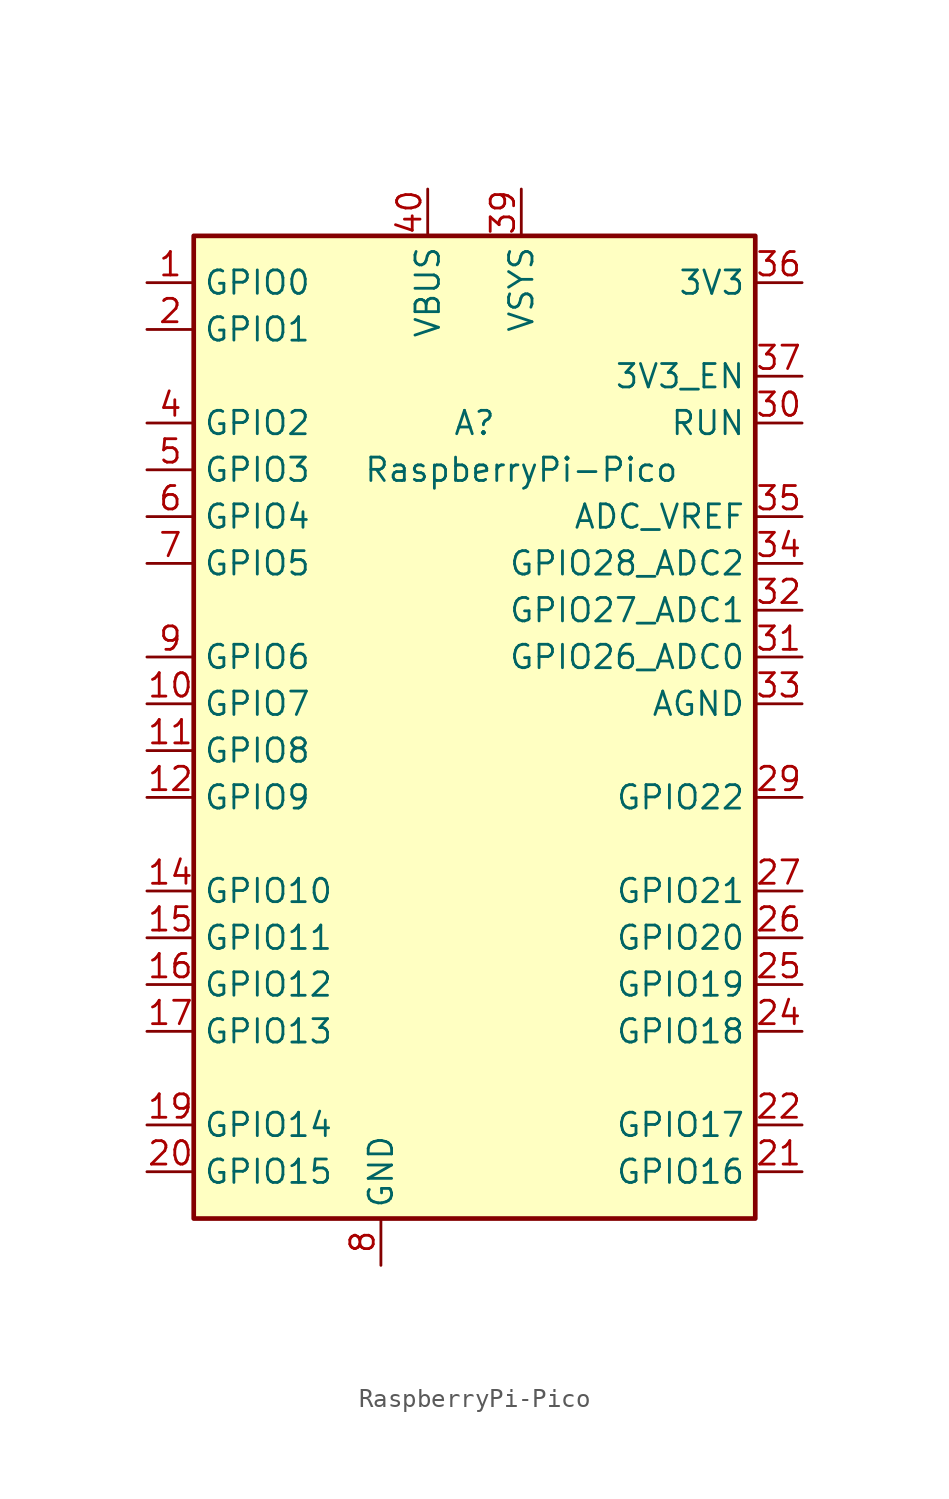
<source format=kicad_sym>
(kicad_symbol_lib
  (version 20211014)
  (generator kicad_symbol_editor)
  (symbol "RaspberryPi-Pico"
    (property "Reference" "A"
      (at 0 17.78 0)
      (effects (font (size 1.27 1.27))))
    (property "Value" "RaspberryPi-Pico"
      (at 2.54 15.24 0)
      (effects (font (size 1.27 1.27))))
    (symbol "RaspberryPi-Pico_0_1"
      (rectangle (start -15.24 27.94) (end 15.24 -25.4) (stroke (width 0.254) (type default) (color 0 0 0 0)) (fill (type background))))
    (symbol "RaspberryPi-Pico_1_1"
      (pin bidirectional line (at -17.78 25.4 0) (length 2.54) (name "GPIO0" (effects (font (size 1.27 1.27)))) (number "1" (effects (font (size 1.27 1.27)))) (alternate "I2C0_SDA" bidirectional line) (alternate "PWM0_A" output line) (alternate "SPI0_RX" input line) (alternate "UART0_TX" output line) (alternate "USB_OVCUR_DET" input line))
      (pin bidirectional line (at -17.78 2.54 0) (length 2.54) (name "GPIO7" (effects (font (size 1.27 1.27)))) (number "10" (effects (font (size 1.27 1.27)))) (alternate "I2C1_SCL" bidirectional line) (alternate "PWM3_B" bidirectional line) (alternate "SPI0_TX" output line) (alternate "USB_VBUS_DET" input line) (alternate "~{UART1_RTS}" output line))
      (pin bidirectional line (at -17.78 0 0) (length 2.54) (name "GPIO8" (effects (font (size 1.27 1.27)))) (number "11" (effects (font (size 1.27 1.27)))) (alternate "I2C0_SDA" bidirectional line) (alternate "PWM4_A" output line) (alternate "SPI1_RX" input line) (alternate "UART1_TX" output line) (alternate "USB_VBUS_EN" output line))
      (pin bidirectional line (at -17.78 -2.54 0) (length 2.54) (name "GPIO9" (effects (font (size 1.27 1.27)))) (number "12" (effects (font (size 1.27 1.27)))) (alternate "I2C0_SCL" bidirectional line) (alternate "PWM4_B" bidirectional line) (alternate "UART1_RX" input line) (alternate "USB_OVCUR_DET" input line) (alternate "~{SPI1_CS}" output line))
      (pin passive line (at -5.08 -27.94 90) (length 2.54) hide (name "GND" (effects (font (size 1.27 1.27)))) (number "13" (effects (font (size 1.27 1.27)))))
      (pin bidirectional line (at -17.78 -7.62 0) (length 2.54) (name "GPIO10" (effects (font (size 1.27 1.27)))) (number "14" (effects (font (size 1.27 1.27)))) (alternate "I2C1_SDA" bidirectional line) (alternate "PWM5_A" output line) (alternate "SPI1_SCK" bidirectional line) (alternate "USB_VBUS_DET" input line) (alternate "~{UART1_CTS}" input line))
      (pin bidirectional line (at -17.78 -10.16 0) (length 2.54) (name "GPIO11" (effects (font (size 1.27 1.27)))) (number "15" (effects (font (size 1.27 1.27)))) (alternate "I2C1_SCL" bidirectional line) (alternate "PWM5_B" bidirectional line) (alternate "SPI1_TX" output line) (alternate "USB_VBUS_EN" output line) (alternate "~{UART1_RTS}" output line))
      (pin bidirectional line (at -17.78 -12.7 0) (length 2.54) (name "GPIO12" (effects (font (size 1.27 1.27)))) (number "16" (effects (font (size 1.27 1.27)))) (alternate "I2C0_SDA" bidirectional line) (alternate "PWM6_A" output line) (alternate "SPI1_RX" input line) (alternate "UART0_TX" output line) (alternate "USB_OVCUR_DET" input line))
      (pin bidirectional line (at -17.78 -15.24 0) (length 2.54) (name "GPIO13" (effects (font (size 1.27 1.27)))) (number "17" (effects (font (size 1.27 1.27)))) (alternate "I2C0_SCL" bidirectional line) (alternate "PWM6_B" bidirectional line) (alternate "UART0_RX" input line) (alternate "USB_VBUS_DET" input line) (alternate "~{SPI1_CS}" output line))
      (pin passive line (at -5.08 -27.94 90) (length 2.54) hide (name "GND" (effects (font (size 1.27 1.27)))) (number "18" (effects (font (size 1.27 1.27)))))
      (pin bidirectional line (at -17.78 -20.32 0) (length 2.54) (name "GPIO14" (effects (font (size 1.27 1.27)))) (number "19" (effects (font (size 1.27 1.27)))) (alternate "I2C1_SDA" bidirectional line) (alternate "PWM7_A" output line) (alternate "SPI1_SCK" bidirectional line) (alternate "USB_VBUS_EN" output line) (alternate "~{UART0_CTS}" input line))
      (pin bidirectional line (at -17.78 22.86 0) (length 2.54) (name "GPIO1" (effects (font (size 1.27 1.27)))) (number "2" (effects (font (size 1.27 1.27)))) (alternate "I2C0_SCL" bidirectional line) (alternate "PWM0_B" bidirectional line) (alternate "UART0_RX" input line) (alternate "USB_VBUS_DET" input line) (alternate "~{SPI0_CS}" output line))
      (pin bidirectional line (at -17.78 -22.86 0) (length 2.54) (name "GPIO15" (effects (font (size 1.27 1.27)))) (number "20" (effects (font (size 1.27 1.27)))) (alternate "I2C1_SCL" bidirectional line) (alternate "PWM7_B" bidirectional line) (alternate "SPI1_TX" output line) (alternate "USB_OVCUR_DET" input line) (alternate "~{UART0_RTS}" output line))
      (pin bidirectional line (at 17.78 -22.86 180) (length 2.54) (name "GPIO16" (effects (font (size 1.27 1.27)))) (number "21" (effects (font (size 1.27 1.27)))) (alternate "I2C0_SDA" bidirectional line) (alternate "PWM0_A" output line) (alternate "SPI0_RX" input line) (alternate "UART0_TX" output line) (alternate "USB_VBUS_DET" input line))
      (pin bidirectional line (at 17.78 -20.32 180) (length 2.54) (name "GPIO17" (effects (font (size 1.27 1.27)))) (number "22" (effects (font (size 1.27 1.27)))) (alternate "I2C0_SCL" bidirectional line) (alternate "PWM0_B" bidirectional line) (alternate "UART0_RX" input line) (alternate "USB_VBUS_EN" output line) (alternate "~{SPI0_CS}" output line))
      (pin passive line (at -5.08 -27.94 90) (length 2.54) hide (name "GND" (effects (font (size 1.27 1.27)))) (number "23" (effects (font (size 1.27 1.27)))))
      (pin bidirectional line (at 17.78 -15.24 180) (length 2.54) (name "GPIO18" (effects (font (size 1.27 1.27)))) (number "24" (effects (font (size 1.27 1.27)))) (alternate "I2C1_SDA" bidirectional line) (alternate "PWM1_A" output line) (alternate "SPI0_SCK" bidirectional line) (alternate "USB_OVCUR_DET" input line) (alternate "~{UART0_CTS}" input line))
      (pin bidirectional line (at 17.78 -12.7 180) (length 2.54) (name "GPIO19" (effects (font (size 1.27 1.27)))) (number "25" (effects (font (size 1.27 1.27)))) (alternate "I2C1_SCL" bidirectional line) (alternate "PWM1_B" bidirectional line) (alternate "SPI0_TX" output line) (alternate "USB_VBUS_DET" input line) (alternate "~{UART0_RTS}" output line))
      (pin bidirectional line (at 17.78 -10.16 180) (length 2.54) (name "GPIO20" (effects (font (size 1.27 1.27)))) (number "26" (effects (font (size 1.27 1.27)))) (alternate "CLOCK_GPIN0" input line) (alternate "I2C0_SDA" bidirectional line) (alternate "PWM2_A" output line) (alternate "SPI0_RX" input line) (alternate "UART1_TX" output line) (alternate "USB_VBUS_EN" output line))
      (pin bidirectional line (at 17.78 -7.62 180) (length 2.54) (name "GPIO21" (effects (font (size 1.27 1.27)))) (number "27" (effects (font (size 1.27 1.27)))) (alternate "CLOCK_GPOUT0" output line) (alternate "I2C0_SCL" bidirectional line) (alternate "PWM2_B" bidirectional line) (alternate "UART1_RX" input line) (alternate "USB_OVCUR_DET" input line) (alternate "~{SPI0_CS}" output line))
      (pin passive line (at -5.08 -27.94 90) (length 2.54) hide (name "GND" (effects (font (size 1.27 1.27)))) (number "28" (effects (font (size 1.27 1.27)))))
      (pin bidirectional line (at 17.78 -2.54 180) (length 2.54) (name "GPIO22" (effects (font (size 1.27 1.27)))) (number "29" (effects (font (size 1.27 1.27)))) (alternate "CLOCK_GPIN1" input line) (alternate "I2C1_SDA" bidirectional line) (alternate "PWM3_A" output line) (alternate "SPI0_SCK" bidirectional line) (alternate "USB_VBUS_DET" input line) (alternate "~{UART1_CTS}" input line))
      (pin passive line (at -5.08 -27.94 90) (length 2.54) hide (name "GND" (effects (font (size 1.27 1.27)))) (number "3" (effects (font (size 1.27 1.27)))))
      (pin input line (at 17.78 17.78 180) (length 2.54) (name "RUN" (effects (font (size 1.27 1.27)))) (number "30" (effects (font (size 1.27 1.27)))) (alternate "~{RESET}" input line))
      (pin bidirectional line (at 17.78 5.08 180) (length 2.54) (name "GPIO26_ADC0" (effects (font (size 1.27 1.27)))) (number "31" (effects (font (size 1.27 1.27)))) (alternate "ADC0" input line) (alternate "GPIO26" bidirectional line) (alternate "I2C1_SDA" bidirectional line) (alternate "PWM5_A" output line) (alternate "SPI1_SCK" bidirectional line) (alternate "USB_VBUS_EN" output line) (alternate "~{UART1_CTS}" input line))
      (pin bidirectional line (at 17.78 7.62 180) (length 2.54) (name "GPIO27_ADC1" (effects (font (size 1.27 1.27)))) (number "32" (effects (font (size 1.27 1.27)))) (alternate "ADC1" input line) (alternate "GPIO27" bidirectional line) (alternate "I2C1_SCL" bidirectional line) (alternate "PWM5_B" bidirectional line) (alternate "SPI1_TX" output line) (alternate "USB_OVCUR_DET" input line) (alternate "~{UART1_RTS}" output line))
      (pin power_in line (at 17.78 2.54 180) (length 2.54) (name "AGND" (effects (font (size 1.27 1.27)))) (number "33" (effects (font (size 1.27 1.27)))) (alternate "GND" power_in line))
      (pin bidirectional line (at 17.78 10.16 180) (length 2.54) (name "GPIO28_ADC2" (effects (font (size 1.27 1.27)))) (number "34" (effects (font (size 1.27 1.27)))) (alternate "ADC2" input line) (alternate "GPIO28" bidirectional line) (alternate "I2C0_SDA" bidirectional line) (alternate "PWM6_A" output line) (alternate "SPI1_RX" input line) (alternate "UART0_TX" output line) (alternate "USB_VBUS_DET" input line))
      (pin power_in line (at 17.78 12.7 180) (length 2.54) (name "ADC_VREF" (effects (font (size 1.27 1.27)))) (number "35" (effects (font (size 1.27 1.27)))))
      (pin power_out line (at 17.78 25.4 180) (length 2.54) (name "3V3" (effects (font (size 1.27 1.27)))) (number "36" (effects (font (size 1.27 1.27)))))
      (pin input line (at 17.78 20.32 180) (length 2.54) (name "3V3_EN" (effects (font (size 1.27 1.27)))) (number "37" (effects (font (size 1.27 1.27)))))
      (pin passive line (at -5.08 -27.94 90) (length 2.54) hide (name "GND" (effects (font (size 1.27 1.27)))) (number "38" (effects (font (size 1.27 1.27)))))
      (pin power_out line (at 2.54 30.48 270) (length 2.54) (name "VSYS" (effects (font (size 1.27 1.27)))) (number "39" (effects (font (size 1.27 1.27)))) (alternate "VSYS" power_in line))
      (pin bidirectional line (at -17.78 17.78 0) (length 2.54) (name "GPIO2" (effects (font (size 1.27 1.27)))) (number "4" (effects (font (size 1.27 1.27)))) (alternate "I2C1_SDA" bidirectional line) (alternate "PWM1_A" output line) (alternate "SPI0_SCK" bidirectional line) (alternate "USB_VBUS_EN" output line) (alternate "~{UART0_CTS}" input line))
      (pin power_out line (at -2.54 30.48 270) (length 2.54) (name "VBUS" (effects (font (size 1.27 1.27)))) (number "40" (effects (font (size 1.27 1.27)))) (alternate "VBUS" power_in line))
      (pin bidirectional line (at -17.78 15.24 0) (length 2.54) (name "GPIO3" (effects (font (size 1.27 1.27)))) (number "5" (effects (font (size 1.27 1.27)))) (alternate "I2C1_SCL" bidirectional line) (alternate "PWM1_B" bidirectional line) (alternate "SPI0_TX" output line) (alternate "USB_OVCUR_DET" input line) (alternate "~{UART0_RTS}" output line))
      (pin bidirectional line (at -17.78 12.7 0) (length 2.54) (name "GPIO4" (effects (font (size 1.27 1.27)))) (number "6" (effects (font (size 1.27 1.27)))) (alternate "I2C0_SDA" bidirectional line) (alternate "PWM2_A" output line) (alternate "SPI0_RX" input line) (alternate "UART1_TX" output line) (alternate "USB_VBUS_DET" input line))
      (pin bidirectional line (at -17.78 10.16 0) (length 2.54) (name "GPIO5" (effects (font (size 1.27 1.27)))) (number "7" (effects (font (size 1.27 1.27)))) (alternate "I2C0_SCL" bidirectional line) (alternate "PWM2_B" bidirectional line) (alternate "UART1_RX" input line) (alternate "USB_VBUS_EN" output line) (alternate "~{SPI0_CS}" output line))
      (pin power_in line (at -5.08 -27.94 90) (length 2.54) (name "GND" (effects (font (size 1.27 1.27)))) (number "8" (effects (font (size 1.27 1.27)))))
      (pin bidirectional line (at -17.78 5.08 0) (length 2.54) (name "GPIO6" (effects (font (size 1.27 1.27)))) (number "9" (effects (font (size 1.27 1.27)))) (alternate "I2C1_SDA" bidirectional line) (alternate "PWM3_A" output line) (alternate "SPI0_SCK" bidirectional line) (alternate "USB_OVCUR_DET" input line) (alternate "~{UART1_CTS}" input line)))))
</source>
